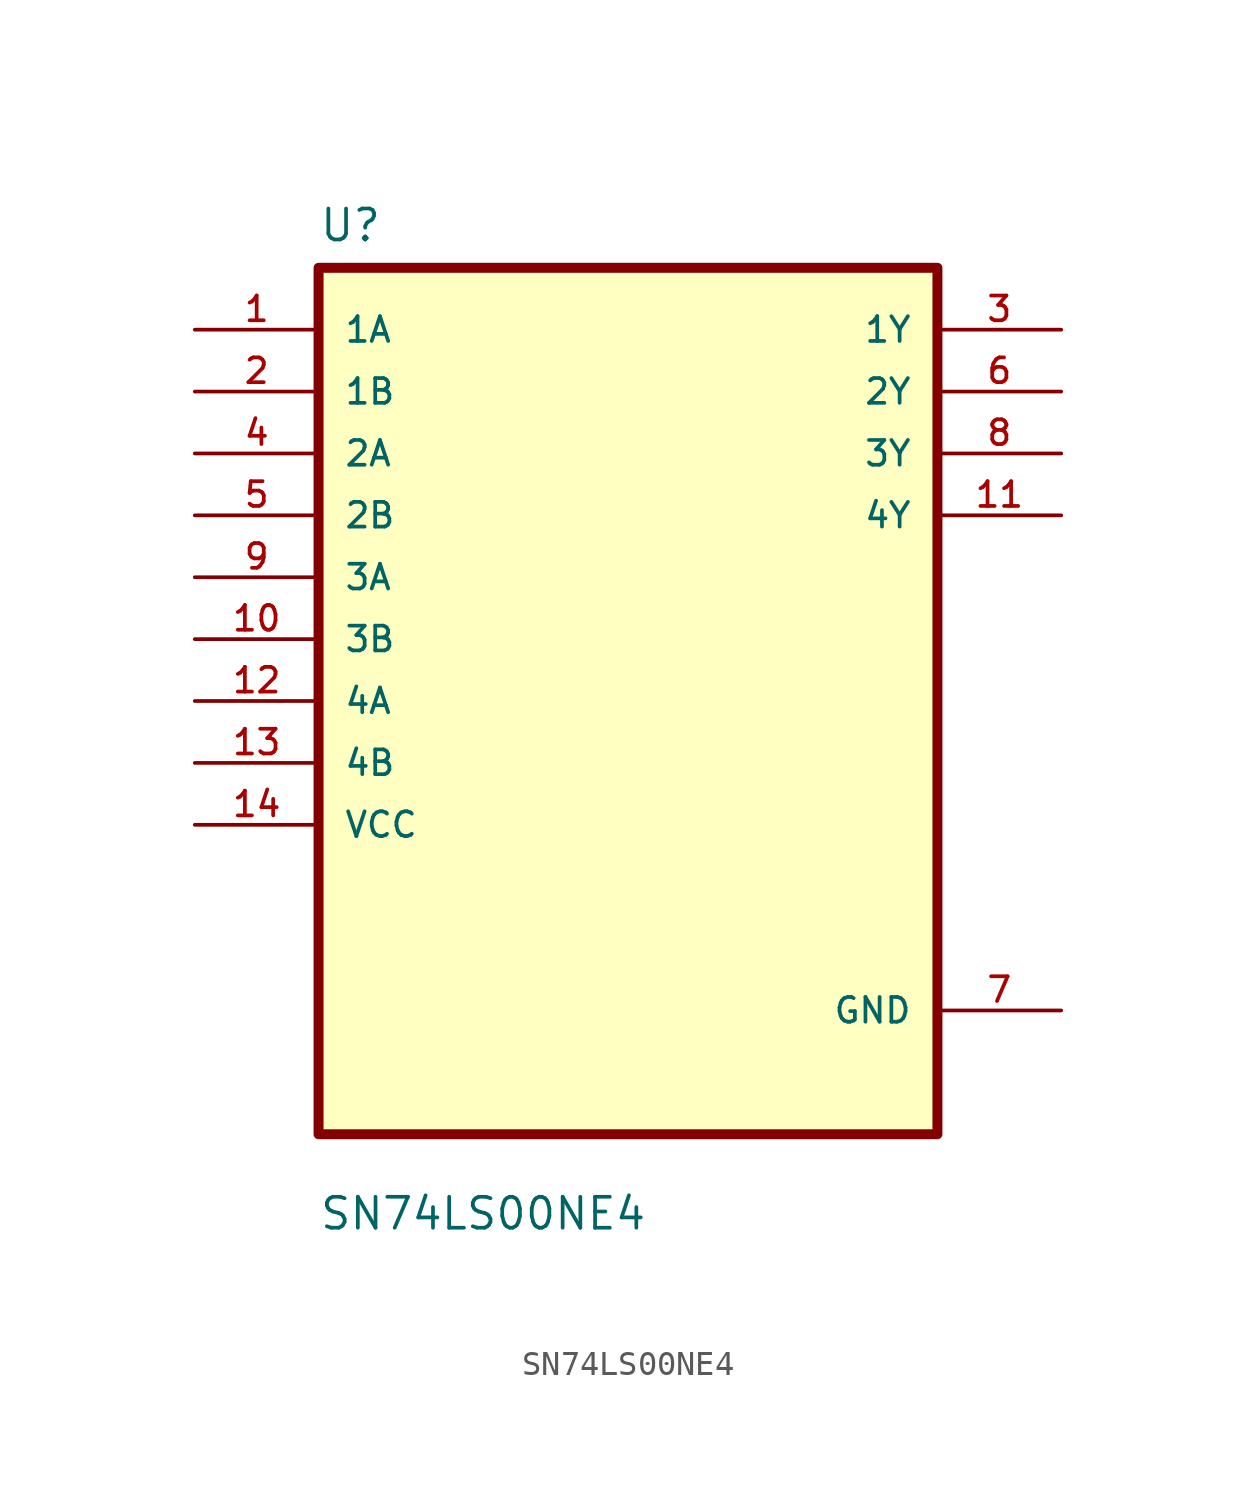
<source format=kicad_sym>
(kicad_symbol_lib
  (version 20211014)
  (generator kicad_symbol_editor)
  (symbol "SN74LS00NE4"
    (pin_names
      (offset 1.016))
    (property "Reference" "U"
      (at -12.7 18.78 0.0)
      (effects (font (size 1.27 1.27)) (justify bottom left)))
    (property "Value" "SN74LS00NE4"
      (at -12.7 -21.78 0.0)
      (effects (font (size 1.27 1.27)) (justify bottom left)))
    (symbol "SN74LS00NE4_0_0"
      (rectangle (start -12.7 -17.78) (end 12.7 17.78) (stroke (width 0.41)) (fill (type background)))
      (pin input line (at -17.78 15.24 0) (length 5.08) (name "1A" (effects (font (size 1.016 1.016)))) (number "1" (effects (font (size 1.016 1.016)))))
      (pin input line (at -17.78 12.7 0) (length 5.08) (name "1B" (effects (font (size 1.016 1.016)))) (number "2" (effects (font (size 1.016 1.016)))))
      (pin input line (at -17.78 10.16 0) (length 5.08) (name "2A" (effects (font (size 1.016 1.016)))) (number "4" (effects (font (size 1.016 1.016)))))
      (pin input line (at -17.78 7.62 0) (length 5.08) (name "2B" (effects (font (size 1.016 1.016)))) (number "5" (effects (font (size 1.016 1.016)))))
      (pin input line (at -17.78 5.08 0) (length 5.08) (name "3A" (effects (font (size 1.016 1.016)))) (number "9" (effects (font (size 1.016 1.016)))))
      (pin input line (at -17.78 2.54 0) (length 5.08) (name "3B" (effects (font (size 1.016 1.016)))) (number "10" (effects (font (size 1.016 1.016)))))
      (pin input line (at -17.78 3.55271e-15 0) (length 5.08) (name "4A" (effects (font (size 1.016 1.016)))) (number "12" (effects (font (size 1.016 1.016)))))
      (pin input line (at -17.78 -2.54 0) (length 5.08) (name "4B" (effects (font (size 1.016 1.016)))) (number "13" (effects (font (size 1.016 1.016)))))
      (pin input line (at -17.78 -5.08 0) (length 5.08) (name "VCC" (effects (font (size 1.016 1.016)))) (number "14" (effects (font (size 1.016 1.016)))))
      (pin output line (at 17.78 15.24 180.0) (length 5.08) (name "1Y" (effects (font (size 1.016 1.016)))) (number "3" (effects (font (size 1.016 1.016)))))
      (pin output line (at 17.78 12.7 180.0) (length 5.08) (name "2Y" (effects (font (size 1.016 1.016)))) (number "6" (effects (font (size 1.016 1.016)))))
      (pin output line (at 17.78 10.16 180.0) (length 5.08) (name "3Y" (effects (font (size 1.016 1.016)))) (number "8" (effects (font (size 1.016 1.016)))))
      (pin output line (at 17.78 7.62 180.0) (length 5.08) (name "4Y" (effects (font (size 1.016 1.016)))) (number "11" (effects (font (size 1.016 1.016)))))
      (pin power_in line (at 17.78 -12.7 180.0) (length 5.08) (name "GND" (effects (font (size 1.016 1.016)))) (number "7" (effects (font (size 1.016 1.016))))))))
</source>
